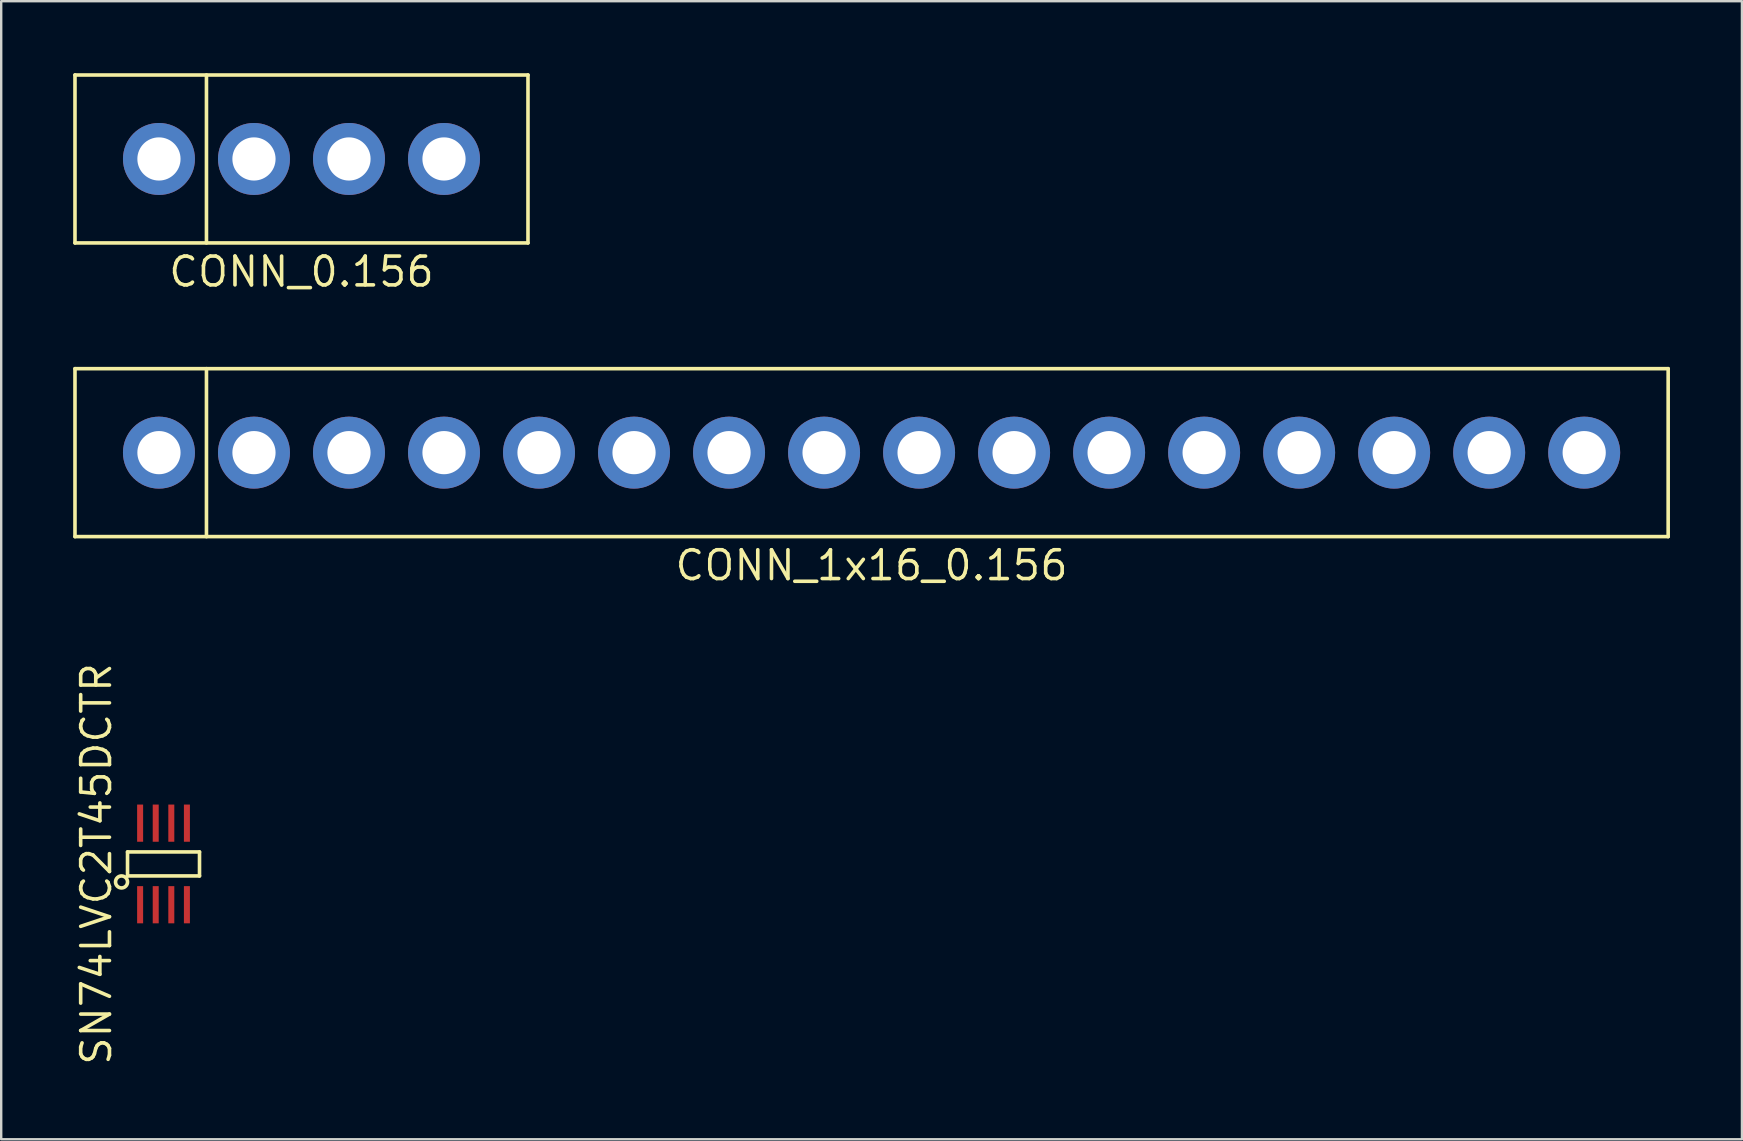
<source format=kicad_pcb>
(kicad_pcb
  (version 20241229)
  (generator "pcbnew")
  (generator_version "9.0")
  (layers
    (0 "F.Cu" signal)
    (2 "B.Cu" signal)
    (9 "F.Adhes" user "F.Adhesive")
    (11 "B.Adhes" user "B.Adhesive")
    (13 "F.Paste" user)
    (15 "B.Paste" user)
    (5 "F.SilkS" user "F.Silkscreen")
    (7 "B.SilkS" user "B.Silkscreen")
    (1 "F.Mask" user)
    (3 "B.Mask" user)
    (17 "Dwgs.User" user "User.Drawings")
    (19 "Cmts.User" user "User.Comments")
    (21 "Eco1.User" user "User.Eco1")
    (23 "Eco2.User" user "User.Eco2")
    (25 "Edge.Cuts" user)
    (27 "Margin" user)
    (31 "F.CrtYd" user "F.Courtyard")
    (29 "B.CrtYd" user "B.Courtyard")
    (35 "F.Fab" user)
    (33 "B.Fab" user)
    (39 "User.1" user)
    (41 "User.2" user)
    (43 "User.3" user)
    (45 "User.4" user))
  (footprint "SN74LVC2T45DCTR"
    (layer "F.Cu")
    (at 3.765 32.957)
    (property "Reference" "SN74LVC2T45DCTR" (at -2.8 0 90) (layer "F.SilkS") (effects (font (size 1.2 1.2) (thickness 0.15))))
    (attr through_hole)
    (fp_line (start -1.5 -0.5) (end -1.5 0.5) (stroke (width 0.15) (type solid)) (layer "F.SilkS"))
    (fp_line (start -1.5 0.5) (end 1.5 0.5) (stroke (width 0.15) (type solid)) (layer "F.SilkS"))
    (fp_line (start 1.5 -0.5) (end -1.5 -0.5) (stroke (width 0.15) (type solid)) (layer "F.SilkS"))
    (fp_line (start 1.5 0.5) (end 1.5 -0.5) (stroke (width 0.15) (type solid)) (layer "F.SilkS"))
    (fp_circle (center -1.75 0.75) (end -1.75 1) (stroke (width 0.15) (type solid)) (fill no) (layer "F.SilkS"))
    (pad "1" smd rect (at -0.975 1.7) (size 0.25 1.55) (layers "F.Cu" "F.Mask" "F.Paste"))
    (pad "2" smd rect (at -0.325 1.7) (size 0.25 1.55) (layers "F.Cu" "F.Mask" "F.Paste"))
    (pad "3" smd rect (at 0.325 1.7) (size 0.25 1.55) (layers "F.Cu" "F.Mask" "F.Paste"))
    (pad "4" smd rect (at 0.975 1.7) (size 0.25 1.55) (layers "F.Cu" "F.Mask" "F.Paste"))
    (pad "5" smd rect (at 0.975 -1.7) (size 0.25 1.55) (layers "F.Cu" "F.Mask" "F.Paste"))
    (pad "6" smd rect (at 0.325 -1.7) (size 0.25 1.55) (layers "F.Cu" "F.Mask" "F.Paste"))
    (pad "7" smd rect (at -0.325 -1.7) (size 0.25 1.55) (layers "F.Cu" "F.Mask" "F.Paste"))
    (pad "8" smd rect (at -0.975 -1.7) (size 0.25 1.55) (layers "F.Cu" "F.Mask" "F.Paste")))
  (footprint "CONN_1x16_0.156"
    (layer "F.Cu")
    (at 33.275 15.815)
    (property "Reference" "CONN_1x16_0.156" (at 0 4.7 0) (layer "F.SilkS") (effects (font (size 1.2 1.2) (thickness 0.15))))
    (attr through_hole)
    (fp_line (start -33.2 -3.5) (end 33.2 -3.5) (stroke (width 0.15) (type solid)) (layer "F.SilkS"))
    (fp_line (start -33.2 3.5) (end -33.2 -3.5) (stroke (width 0.15) (type solid)) (layer "F.SilkS"))
    (fp_line (start -27.72 -3.5) (end -27.72 3.5) (stroke (width 0.15) (type solid)) (layer "F.SilkS"))
    (fp_line (start 33.2 -3.5) (end 33.2 3.5) (stroke (width 0.15) (type solid)) (layer "F.SilkS"))
    (fp_line (start 33.2 3.5) (end -33.2 3.5) (stroke (width 0.15) (type solid)) (layer "F.SilkS"))
    (pad "1" thru_hole circle (at -29.7 0) (size 3 3) (drill 1.8) (layers "*.Cu" "*.Mask"))
    (pad "2" thru_hole circle (at -25.74 0) (size 3 3) (drill 1.8) (layers "*.Cu" "*.Mask"))
    (pad "3" thru_hole circle (at -21.78 0) (size 3 3) (drill 1.8) (layers "*.Cu" "*.Mask"))
    (pad "4" thru_hole circle (at -17.82 0) (size 3 3) (drill 1.8) (layers "*.Cu" "*.Mask"))
    (pad "5" thru_hole circle (at -13.86 0) (size 3 3) (drill 1.8) (layers "*.Cu" "*.Mask"))
    (pad "6" thru_hole circle (at -9.9 0) (size 3 3) (drill 1.8) (layers "*.Cu" "*.Mask"))
    (pad "7" thru_hole circle (at -5.94 0) (size 3 3) (drill 1.8) (layers "*.Cu" "*.Mask"))
    (pad "8" thru_hole circle (at -1.98 0) (size 3 3) (drill 1.8) (layers "*.Cu" "*.Mask"))
    (pad "9" thru_hole circle (at 1.98 0) (size 3 3) (drill 1.8) (layers "*.Cu" "*.Mask"))
    (pad "10" thru_hole circle (at 5.94 0) (size 3 3) (drill 1.8) (layers "*.Cu" "*.Mask"))
    (pad "11" thru_hole circle (at 9.9 0) (size 3 3) (drill 1.8) (layers "*.Cu" "*.Mask"))
    (pad "12" thru_hole circle (at 13.86 0) (size 3 3) (drill 1.8) (layers "*.Cu" "*.Mask"))
    (pad "13" thru_hole circle (at 17.82 0) (size 3 3) (drill 1.8) (layers "*.Cu" "*.Mask"))
    (pad "14" thru_hole circle (at 21.78 0) (size 3 3) (drill 1.8) (layers "*.Cu" "*.Mask"))
    (pad "15" thru_hole circle (at 25.74 0) (size 3 3) (drill 1.8) (layers "*.Cu" "*.Mask"))
    (pad "16" thru_hole circle (at 29.7 0) (size 3 3) (drill 1.8) (layers "*.Cu" "*.Mask")))
  (footprint "CONN_0.156"
    (layer "F.Cu")
    (at 9.515 3.575)
    (property "Reference" "CONN_0.156" (at 0 4.7 0) (layer "F.SilkS") (effects (font (size 1.2 1.2) (thickness 0.15))))
    (attr through_hole)
    (fp_line (start -9.44 -3.5) (end 9.44 -3.5) (stroke (width 0.15) (type solid)) (layer "F.SilkS"))
    (fp_line (start -9.44 3.5) (end -9.44 -3.5) (stroke (width 0.15) (type solid)) (layer "F.SilkS"))
    (fp_line (start -3.96 -3.5) (end -3.96 3.5) (stroke (width 0.15) (type solid)) (layer "F.SilkS"))
    (fp_line (start 9.44 -3.5) (end 9.44 3.5) (stroke (width 0.15) (type solid)) (layer "F.SilkS"))
    (fp_line (start 9.44 3.5) (end -9.44 3.5) (stroke (width 0.15) (type solid)) (layer "F.SilkS"))
    (pad "1" thru_hole circle (at -5.94 0) (size 3 3) (drill 1.8) (layers "*.Cu" "*.Mask"))
    (pad "2" thru_hole circle (at -1.98 0) (size 3 3) (drill 1.8) (layers "*.Cu" "*.Mask"))
    (pad "3" thru_hole circle (at 1.98 0) (size 3 3) (drill 1.8) (layers "*.Cu" "*.Mask"))
    (pad "4" thru_hole circle (at 5.94 0) (size 3 3) (drill 1.8) (layers "*.Cu" "*.Mask")))
  (gr_rect
    (start -3 -3)
    (end 69.55 44.433)
    (stroke (width 0.1) (type default))
    (fill no)
    (layer "Edge.Cuts")))
</source>
